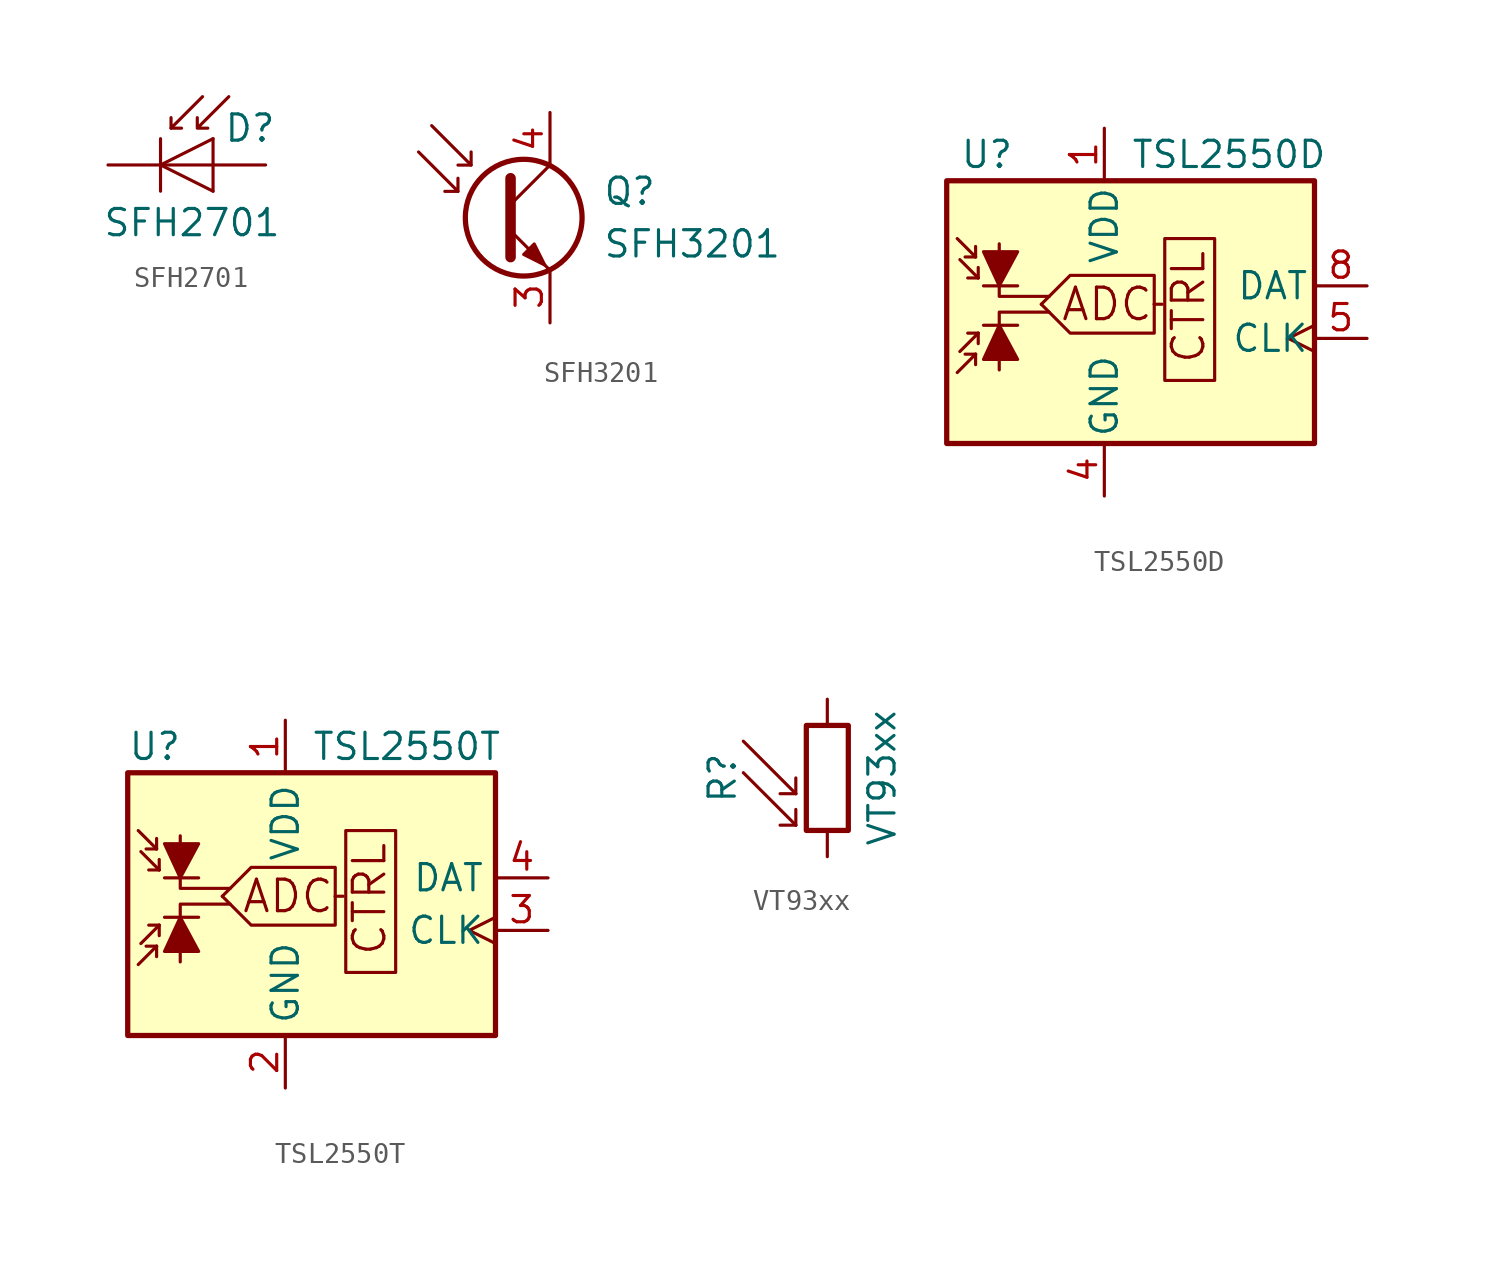
<source format=kicad_sym>
(kicad_symbol_lib
  (version 20201005)
  (generator kicad_symbol_editor)
  (symbol "Sensor_Optical:SFH2701"
    (pin_numbers hide)
    (pin_names
      (offset 1.016) hide)
    (property "Reference" "D"
      (at 0.508 1.778 0)
      (effects (font (size 1.27 1.27)) (justify left)))
    (property "Value" "SFH2701"
      (at -1.016 -2.794 0)
      (effects (font (size 1.27 1.27))))
    (symbol "SFH2701_0_1"
      (polyline (pts (xy -2.54 1.27) (xy -2.54 -1.27)) (stroke (width 0.152)) (fill (type none)))
      (polyline (pts (xy -2.032 1.778) (xy -1.524 1.778)) (stroke (width 0)) (fill (type none)))
      (polyline (pts (xy 0 0) (xy -2.54 0)) (stroke (width 0)) (fill (type none)))
      (polyline (pts (xy 0 1.27) (xy 0 -1.27)) (stroke (width 0)) (fill (type none)))
      (polyline (pts (xy -0.508 3.302) (xy -2.032 1.778) (xy -2.032 2.286)) (stroke (width 0)) (fill (type none)))
      (polyline (pts (xy 0 1.27) (xy -2.54 0) (xy 0 -1.27)) (stroke (width 0)) (fill (type none)))
      (polyline (pts (xy 0.762 3.302) (xy -0.762 1.778) (xy -0.762 2.286) (xy -0.762 1.778) (xy -0.254 1.778)) (stroke (width 0)) (fill (type none))))
    (symbol "SFH2701_1_1"
      (pin passive line (at -5.08 0 0) (length 2.54) (name "K" (effects (font (size 1.27 1.27)))) (number "1" (effects (font (size 1.27 1.27)))))
      (pin passive line (at 2.54 0 180) (length 2.54) (name "A" (effects (font (size 1.27 1.27)))) (number "2" (effects (font (size 1.27 1.27)))))))
  (symbol "Sensor_Optical:SFH3201"
    (pin_names hide)
    (property "Reference" "Q"
      (at 2.54 1.27 0)
      (effects (font (size 1.27 1.27)) (justify left)))
    (property "Value" "SFH3201"
      (at 2.54 -1.27 0)
      (effects (font (size 1.27 1.27)) (justify left)))
    (symbol "SFH3201_0_1"
      (circle (center -1.27 0) (radius 2.819) (stroke (width 0.254)) (fill (type none)))
      (polyline (pts (xy -4.445 1.27) (xy -5.08 1.27)) (stroke (width 0)) (fill (type none)))
      (polyline (pts (xy -3.81 2.54) (xy -4.445 2.54)) (stroke (width 0)) (fill (type none)))
      (polyline (pts (xy -1.905 0.635) (xy 0 2.54)) (stroke (width 0)) (fill (type none)))
      (polyline (pts (xy -6.35 3.175) (xy -4.445 1.27) (xy -4.445 1.905)) (stroke (width 0)) (fill (type none)))
      (polyline (pts (xy -5.715 4.445) (xy -3.81 2.54) (xy -3.81 3.175)) (stroke (width 0)) (fill (type none)))
      (polyline (pts (xy -1.905 -0.635) (xy 0 -2.54) (xy 0 -2.54)) (stroke (width 0)) (fill (type none)))
      (polyline (pts (xy -1.905 1.905) (xy -1.905 -1.905) (xy -1.905 -1.905)) (stroke (width 0.508)) (fill (type none)))
      (polyline (pts (xy -1.27 -1.778) (xy -0.762 -1.27) (xy -0.254 -2.286) (xy -1.27 -1.778) (xy -1.27 -1.778)) (stroke (width 0)) (fill (type outline))))
    (symbol "SFH3201_1_1"
      (pin passive line (at 0 -5.08 90) (length 2.54) (name "E" (effects (font (size 1.27 1.27)))) (number "3" (effects (font (size 1.27 1.27)))))
      (pin passive line (at 0 5.08 270) (length 2.54) (name "C" (effects (font (size 1.27 1.27)))) (number "4" (effects (font (size 1.27 1.27)))))))
  (symbol "Sensor_Optical:TSL2550D"
    (pin_names
      (offset 0.254))
    (property "Reference" "U"
      (at -6.985 6.35 0)
      (effects (font (size 1.27 1.27)) (justify left)))
    (property "Value" "TSL2550D"
      (at 1.27 6.35 0)
      (effects (font (size 1.27 1.27)) (justify left)))
    (symbol "TSL2550D_0_0"
      (text "ADC" (at 0.127 -0.889 0) (effects (font (size 1.524 1.524))))
      (text "CTRL" (at 4.064 -1.016 900) (effects (font (size 1.524 1.524))))
      (rectangle (start 2.921 2.286) (end 5.334 -4.572) (stroke (width 0)) (fill (type none)))
      (polyline (pts (xy 2.413 -0.889) (xy 2.794 -0.889)) (stroke (width 0)) (fill (type none)))
      (polyline (pts (xy -5.08 -4.064) (xy -5.08 -1.27) (xy -2.667 -1.27)) (stroke (width 0)) (fill (type none)))
      (polyline (pts (xy -5.08 2.032) (xy -5.08 -0.508) (xy -2.667 -0.508)) (stroke (width 0)) (fill (type none)))
      (polyline (pts (xy -3.048 -0.889) (xy -1.651 -2.286) (xy 2.413 -2.286) (xy 2.413 -0.889)) (stroke (width 0)) (fill (type none)))
      (polyline (pts (xy -3.048 -0.889) (xy -1.651 0.508) (xy 2.413 0.508) (xy 2.413 -0.889)) (stroke (width 0)) (fill (type none))))
    (symbol "TSL2550D_0_1"
      (rectangle (start 10.16 5.08) (end -7.62 -7.62) (stroke (width 0.254)) (fill (type background)))
      (polyline (pts (xy -6.223 -3.302) (xy -7.112 -4.191)) (stroke (width 0)) (fill (type none)))
      (polyline (pts (xy -6.223 -3.302) (xy -6.731 -3.302)) (stroke (width 0)) (fill (type none)))
      (polyline (pts (xy -6.223 -3.302) (xy -6.223 -3.81)) (stroke (width 0)) (fill (type none)))
      (polyline (pts (xy -6.223 1.397) (xy -7.112 2.286)) (stroke (width 0)) (fill (type none)))
      (polyline (pts (xy -6.223 1.397) (xy -6.731 1.397)) (stroke (width 0)) (fill (type none)))
      (polyline (pts (xy -6.223 1.397) (xy -6.223 1.905)) (stroke (width 0)) (fill (type none)))
      (polyline (pts (xy -6.096 -2.286) (xy -6.985 -3.175)) (stroke (width 0)) (fill (type none)))
      (polyline (pts (xy -6.096 -2.286) (xy -6.604 -2.286)) (stroke (width 0)) (fill (type none)))
      (polyline (pts (xy -6.096 -2.286) (xy -6.096 -2.794)) (stroke (width 0)) (fill (type none)))
      (polyline (pts (xy -6.096 0.381) (xy -6.985 1.27)) (stroke (width 0)) (fill (type none)))
      (polyline (pts (xy -6.096 0.381) (xy -6.604 0.381)) (stroke (width 0)) (fill (type none)))
      (polyline (pts (xy -6.096 0.381) (xy -6.096 0.889)) (stroke (width 0)) (fill (type none)))
      (polyline (pts (xy -5.842 -1.905) (xy -4.191 -1.905)) (stroke (width 0)) (fill (type none)))
      (polyline (pts (xy -5.842 0) (xy -4.191 0)) (stroke (width 0)) (fill (type none)))
      (polyline (pts (xy -5.842 -3.556) (xy -4.191 -3.556) (xy -5.08 -1.905) (xy -5.842 -3.556)) (stroke (width 0)) (fill (type outline)))
      (polyline (pts (xy -5.842 1.651) (xy -4.191 1.651) (xy -5.08 0) (xy -5.842 1.651)) (stroke (width 0)) (fill (type outline))))
    (symbol "TSL2550D_1_1"
      (pin power_in line (at 0 7.62 270) (length 2.54) (name "VDD" (effects (font (size 1.27 1.27)))) (number "1" (effects (font (size 1.27 1.27)))))
      (pin no_connect line (at -7.62 2.54 0) (length 2.54) hide (name "NC" (effects (font (size 1.27 1.27)))) (number "2" (effects (font (size 1.27 1.27)))))
      (pin no_connect line (at -7.62 0 0) (length 2.54) hide (name "NC" (effects (font (size 1.27 1.27)))) (number "3" (effects (font (size 1.27 1.27)))))
      (pin power_in line (at 0 -10.16 90) (length 2.54) (name "GND" (effects (font (size 1.27 1.27)))) (number "4" (effects (font (size 1.27 1.27)))))
      (pin input clock (at 12.7 -2.54 180) (length 2.54) (name "CLK" (effects (font (size 1.27 1.27)))) (number "5" (effects (font (size 1.27 1.27)))))
      (pin no_connect line (at -7.62 -2.54 0) (length 2.54) hide (name "NC" (effects (font (size 1.27 1.27)))) (number "6" (effects (font (size 1.27 1.27)))))
      (pin no_connect line (at -7.62 -5.08 0) (length 2.54) hide (name "NC" (effects (font (size 1.27 1.27)))) (number "7" (effects (font (size 1.27 1.27)))))
      (pin bidirectional line (at 12.7 0 180) (length 2.54) (name "DAT" (effects (font (size 1.27 1.27)))) (number "8" (effects (font (size 1.27 1.27)))))))
  (symbol "Sensor_Optical:TSL2550T"
    (property "Reference" "U"
      (at -7.62 6.35 0)
      (effects (font (size 1.27 1.27)) (justify left)))
    (property "Value" "TSL2550T"
      (at 1.27 6.35 0)
      (effects (font (size 1.27 1.27)) (justify left)))
    (symbol "TSL2550T_0_0"
      (text "ADC" (at 0.127 -0.889 0) (effects (font (size 1.524 1.524))))
      (text "CTRL" (at 4.064 -1.016 900) (effects (font (size 1.524 1.524))))
      (rectangle (start 2.921 2.286) (end 5.334 -4.572) (stroke (width 0)) (fill (type none)))
      (polyline (pts (xy 2.413 -0.889) (xy 2.794 -0.889)) (stroke (width 0)) (fill (type none)))
      (polyline (pts (xy -5.08 -4.064) (xy -5.08 -1.27) (xy -2.667 -1.27)) (stroke (width 0)) (fill (type none)))
      (polyline (pts (xy -5.08 2.032) (xy -5.08 -0.508) (xy -2.667 -0.508)) (stroke (width 0)) (fill (type none)))
      (polyline (pts (xy -3.048 -0.889) (xy -1.651 -2.286) (xy 2.413 -2.286) (xy 2.413 -0.889)) (stroke (width 0)) (fill (type none)))
      (polyline (pts (xy -3.048 -0.889) (xy -1.651 0.508) (xy 2.413 0.508) (xy 2.413 -0.889)) (stroke (width 0)) (fill (type none))))
    (symbol "TSL2550T_0_1"
      (rectangle (start 10.16 5.08) (end -7.62 -7.62) (stroke (width 0.254)) (fill (type background)))
      (polyline (pts (xy -6.223 -3.302) (xy -7.112 -4.191)) (stroke (width 0)) (fill (type none)))
      (polyline (pts (xy -6.223 -3.302) (xy -6.731 -3.302)) (stroke (width 0)) (fill (type none)))
      (polyline (pts (xy -6.223 -3.302) (xy -6.223 -3.81)) (stroke (width 0)) (fill (type none)))
      (polyline (pts (xy -6.223 1.397) (xy -7.112 2.286)) (stroke (width 0)) (fill (type none)))
      (polyline (pts (xy -6.223 1.397) (xy -6.731 1.397)) (stroke (width 0)) (fill (type none)))
      (polyline (pts (xy -6.223 1.397) (xy -6.223 1.905)) (stroke (width 0)) (fill (type none)))
      (polyline (pts (xy -6.096 -2.286) (xy -6.985 -3.175)) (stroke (width 0)) (fill (type none)))
      (polyline (pts (xy -6.096 -2.286) (xy -6.604 -2.286)) (stroke (width 0)) (fill (type none)))
      (polyline (pts (xy -6.096 -2.286) (xy -6.096 -2.794)) (stroke (width 0)) (fill (type none)))
      (polyline (pts (xy -6.096 0.381) (xy -6.985 1.27)) (stroke (width 0)) (fill (type none)))
      (polyline (pts (xy -6.096 0.381) (xy -6.604 0.381)) (stroke (width 0)) (fill (type none)))
      (polyline (pts (xy -6.096 0.381) (xy -6.096 0.889)) (stroke (width 0)) (fill (type none)))
      (polyline (pts (xy -5.842 -1.905) (xy -4.191 -1.905)) (stroke (width 0)) (fill (type none)))
      (polyline (pts (xy -5.842 0) (xy -4.191 0)) (stroke (width 0)) (fill (type none)))
      (polyline (pts (xy -5.842 -3.556) (xy -4.191 -3.556) (xy -5.08 -1.905) (xy -5.842 -3.556)) (stroke (width 0)) (fill (type outline)))
      (polyline (pts (xy -5.842 1.651) (xy -4.191 1.651) (xy -5.08 0) (xy -5.842 1.651)) (stroke (width 0)) (fill (type outline))))
    (symbol "TSL2550T_1_1"
      (pin power_in line (at 0 7.62 270) (length 2.54) (name "VDD" (effects (font (size 1.27 1.27)))) (number "1" (effects (font (size 1.27 1.27)))))
      (pin power_in line (at 0 -10.16 90) (length 2.54) (name "GND" (effects (font (size 1.27 1.27)))) (number "2" (effects (font (size 1.27 1.27)))))
      (pin input clock (at 12.7 -2.54 180) (length 2.54) (name "CLK" (effects (font (size 1.27 1.27)))) (number "3" (effects (font (size 1.27 1.27)))))
      (pin bidirectional line (at 12.7 0 180) (length 2.54) (name "DAT" (effects (font (size 1.27 1.27)))) (number "4" (effects (font (size 1.27 1.27)))))))
  (symbol "Sensor_Optical:VT93xx"
    (pin_numbers hide)
    (pin_names
      (offset 0))
    (property "Reference" "R"
      (at -5.08 0 90)
      (effects (font (size 1.27 1.27))))
    (property "Value" "VT93xx"
      (at 1.905 0 90)
      (effects (font (size 1.27 1.27)) (justify top)))
    (symbol "VT93xx_0_1"
      (rectangle (start -1.016 2.54) (end 1.016 -2.54) (stroke (width 0.254)) (fill (type none)))
      (polyline (pts (xy -1.524 -2.286) (xy -4.064 0.254)) (stroke (width 0)) (fill (type none)))
      (polyline (pts (xy -1.524 -2.286) (xy -2.286 -2.286)) (stroke (width 0)) (fill (type none)))
      (polyline (pts (xy -1.524 -2.286) (xy -1.524 -1.524)) (stroke (width 0)) (fill (type none)))
      (polyline (pts (xy -1.524 -0.762) (xy -4.064 1.778)) (stroke (width 0)) (fill (type none)))
      (polyline (pts (xy -1.524 -0.762) (xy -2.286 -0.762)) (stroke (width 0)) (fill (type none)))
      (polyline (pts (xy -1.524 -0.762) (xy -1.524 0)) (stroke (width 0)) (fill (type none))))
    (symbol "VT93xx_1_1"
      (pin passive line (at 0 3.81 270) (length 1.27) (name "~" (effects (font (size 1.27 1.27)))) (number "1" (effects (font (size 1.27 1.27)))))
      (pin passive line (at 0 -3.81 90) (length 1.27) (name "~" (effects (font (size 1.27 1.27)))) (number "2" (effects (font (size 1.27 1.27))))))))
</source>
